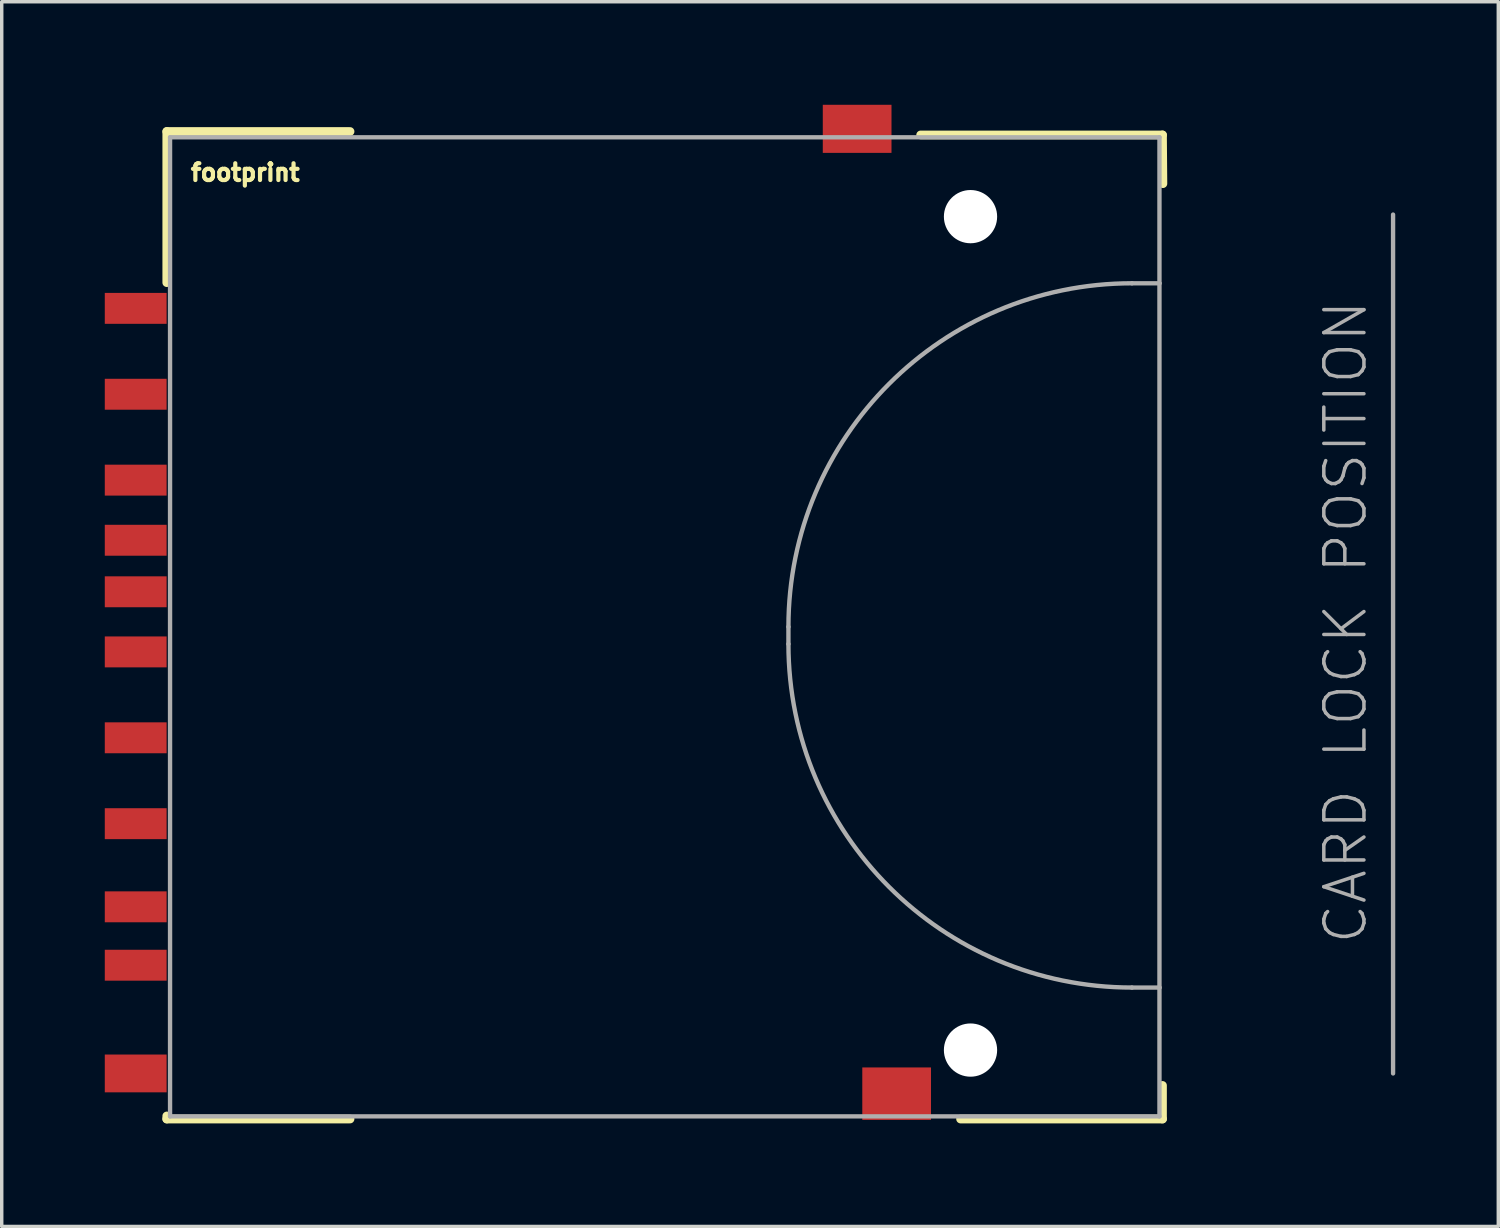
<source format=kicad_pcb>
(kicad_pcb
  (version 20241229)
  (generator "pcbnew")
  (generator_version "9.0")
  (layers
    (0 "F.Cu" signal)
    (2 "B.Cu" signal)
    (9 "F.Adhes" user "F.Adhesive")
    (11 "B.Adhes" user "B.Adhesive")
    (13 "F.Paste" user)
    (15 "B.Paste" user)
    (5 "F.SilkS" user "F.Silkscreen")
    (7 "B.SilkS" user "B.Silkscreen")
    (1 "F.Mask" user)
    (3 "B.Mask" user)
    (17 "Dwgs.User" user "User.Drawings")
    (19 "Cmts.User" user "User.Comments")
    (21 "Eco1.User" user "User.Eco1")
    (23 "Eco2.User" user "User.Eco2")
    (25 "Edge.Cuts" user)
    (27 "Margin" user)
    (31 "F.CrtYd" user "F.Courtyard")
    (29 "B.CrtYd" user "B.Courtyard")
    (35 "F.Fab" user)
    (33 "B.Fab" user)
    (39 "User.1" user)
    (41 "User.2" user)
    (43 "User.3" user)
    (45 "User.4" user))
  (footprint "footprint"
    (layer "F.Cu")
    (at 1.9 15.196)
    (property "Reference" "footprint" (at 0.54 -12.94 0) (layer "F.SilkS") (effects (font (size 0.488 0.488) (thickness 0.122)) (justify left bottom)))
    (fp_line (start -0.095 -14.418) (end 5.239 -14.418) (stroke (width 0.254) (type solid)) (layer "F.SilkS"))
    (fp_line (start -0.095 -10.019) (end -0.095 -14.418) (stroke (width 0.254) (type solid)) (layer "F.SilkS"))
    (fp_line (start -0.095 14.238) (end -0.095 14.327) (stroke (width 0.254) (type solid)) (layer "F.SilkS"))
    (fp_line (start -0.095 14.327) (end 5.239 14.327) (stroke (width 0.254) (type solid)) (layer "F.SilkS"))
    (fp_line (start 21.849 -14.318) (end 28.888 -14.318) (stroke (width 0.254) (type solid)) (layer "F.SilkS"))
    (fp_line (start 23.011 14.327) (end 28.888 14.327) (stroke (width 0.254) (type solid)) (layer "F.SilkS"))
    (fp_line (start 28.888 -14.318) (end 28.9 -12.9) (stroke (width 0.254) (type solid)) (layer "F.SilkS"))
    (fp_line (start 28.888 14.327) (end 28.888 13.349) (stroke (width 0.254) (type solid)) (layer "F.SilkS"))
    (fp_line (start 0 -14.25) (end 28.8 -14.25) (stroke (width 0.127) (type solid)) (layer "F.Fab"))
    (fp_line (start 0 14.25) (end 0 -14.25) (stroke (width 0.127) (type solid)) (layer "F.Fab"))
    (fp_line (start 18 0) (end 18 0.5) (stroke (width 0.127) (type solid)) (layer "F.Fab"))
    (fp_line (start 28 10.5) (end 28.8 10.5) (stroke (width 0.127) (type solid)) (layer "F.Fab"))
    (fp_line (start 28.8 -14.25) (end 28.8 -10) (stroke (width 0.127) (type solid)) (layer "F.Fab"))
    (fp_line (start 28.8 -10) (end 28 -10) (stroke (width 0.127) (type solid)) (layer "F.Fab"))
    (fp_line (start 28.8 -10) (end 28.8 10.5) (stroke (width 0.127) (type solid)) (layer "F.Fab"))
    (fp_line (start 28.8 10.5) (end 28.8 14.25) (stroke (width 0.127) (type solid)) (layer "F.Fab"))
    (fp_line (start 28.8 14.25) (end 0 14.25) (stroke (width 0.127) (type solid)) (layer "F.Fab"))
    (fp_line (start 35.6 -12) (end 35.6 13) (stroke (width 0.127) (type solid)) (layer "F.Fab"))
    (fp_arc (start 18 0) (mid 20.928932 -7.071068) (end 28 -10) (stroke (width 0.127) (type solid)) (layer "F.Fab"))
    (fp_arc (start 28 10.5) (mid 20.928931 7.571068) (end 17.999999 0.499999) (stroke (width 0.127) (type solid)) (layer "F.Fab"))
    (fp_text user "CARD LOCK POSITION" (at 34.9 9.3 90) (layer "F.Fab") (effects (font (size 1.168 1.168) (thickness 0.102)) (justify left bottom)))
    (pad "" np_thru_hole circle (at 23.3 -11.94) (size 1.55 1.55) (drill 1.55) (layers "*.Cu" "*.Mask"))
    (pad "" np_thru_hole circle (at 23.3 12.32) (size 1.55 1.55) (drill 1.55) (layers "*.Cu" "*.Mask"))
    (pad "1" smd rect (at -1 -6.77) (size 1.8 0.9) (layers "F.Cu" "F.Mask" "F.Paste"))
    (pad "2" smd rect (at -1 -4.27) (size 1.8 0.9) (layers "F.Cu" "F.Mask" "F.Paste"))
    (pad "3" smd rect (at -1 -2.52) (size 1.8 0.9) (layers "F.Cu" "F.Mask" "F.Paste"))
    (pad "4" smd rect (at -1 0.73) (size 1.8 0.9) (layers "F.Cu" "F.Mask" "F.Paste"))
    (pad "5" smd rect (at -1 3.23) (size 1.8 0.9) (layers "F.Cu" "F.Mask" "F.Paste"))
    (pad "6" smd rect (at -1 5.73) (size 1.8 0.9) (layers "F.Cu" "F.Mask" "F.Paste"))
    (pad "7" smd rect (at -1 8.15) (size 1.8 0.9) (layers "F.Cu" "F.Mask" "F.Paste"))
    (pad "8" smd rect (at -1 9.85) (size 1.8 0.9) (layers "F.Cu" "F.Mask" "F.Paste"))
    (pad "9" smd rect (at -1 -9.27) (size 1.8 0.9) (layers "F.Cu" "F.Mask" "F.Paste"))
    (pad "CD" smd rect (at -1 -1.02) (size 1.8 0.9) (layers "F.Cu" "F.Mask" "F.Paste"))
    (pad "SH@1" smd rect (at 20 -14.496) (size 2 1.4) (layers "F.Cu" "F.Mask" "F.Paste"))
    (pad "SH@2" smd rect (at 21.15 13.589) (size 2 1.527) (layers "F.Cu" "F.Mask" "F.Paste"))
    (pad "WP" smd rect (at -1 13) (size 1.8 1.1) (layers "F.Cu" "F.Mask" "F.Paste")))
  (gr_rect
    (start -3 -3)
    (end 40.563 32.65)
    (stroke (width 0.1) (type default))
    (fill no)
    (layer "Edge.Cuts")))
</source>
